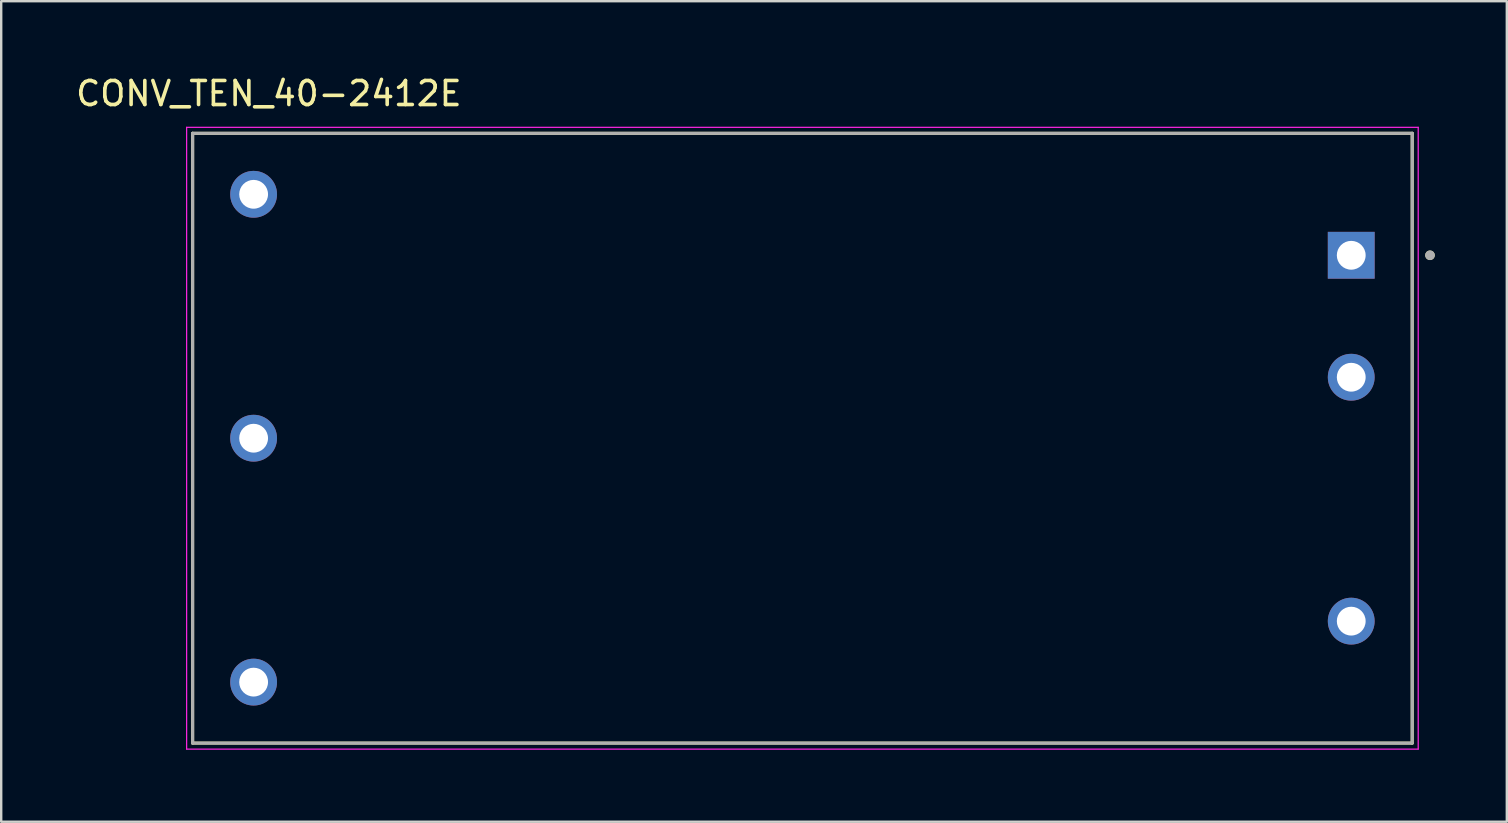
<source format=kicad_pcb>
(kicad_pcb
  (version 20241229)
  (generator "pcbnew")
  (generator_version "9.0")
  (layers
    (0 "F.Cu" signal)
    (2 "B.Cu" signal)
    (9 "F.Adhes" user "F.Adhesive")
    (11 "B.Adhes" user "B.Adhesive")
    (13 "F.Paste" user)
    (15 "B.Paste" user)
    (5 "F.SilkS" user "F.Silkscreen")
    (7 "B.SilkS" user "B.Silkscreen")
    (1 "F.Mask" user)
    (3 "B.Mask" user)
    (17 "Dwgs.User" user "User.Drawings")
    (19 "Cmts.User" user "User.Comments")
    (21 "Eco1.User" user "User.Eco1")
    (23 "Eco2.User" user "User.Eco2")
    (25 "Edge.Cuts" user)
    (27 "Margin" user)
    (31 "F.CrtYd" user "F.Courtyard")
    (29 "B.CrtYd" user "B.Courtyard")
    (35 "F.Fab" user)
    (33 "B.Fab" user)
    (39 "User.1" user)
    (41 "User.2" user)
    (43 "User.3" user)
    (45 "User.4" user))
  (footprint "CONV_TEN_40-2412E"
    (layer "F.Cu")
    (at 30.374 15.203)
    (property "Reference" "CONV_TEN_40-2412E" (at -22.225 -14.355 0) (layer "F.SilkS") (effects (font (size 1 1) (thickness 0.15))))
    (attr through_hole)
    (fp_line (start -25.4 -12.7) (end 25.4 -12.7) (stroke (width 0.127) (type solid)) (layer "F.SilkS"))
    (fp_line (start -25.4 12.7) (end -25.4 -12.7) (stroke (width 0.127) (type solid)) (layer "F.SilkS"))
    (fp_line (start 25.4 -12.7) (end 25.4 12.7) (stroke (width 0.127) (type solid)) (layer "F.SilkS"))
    (fp_line (start 25.4 12.7) (end -25.4 12.7) (stroke (width 0.127) (type solid)) (layer "F.SilkS"))
    (fp_circle (center 26.141 -7.62) (end 26.241 -7.62) (stroke (width 0.2) (type solid)) (fill no) (layer "F.SilkS"))
    (fp_line (start -25.65 -12.95) (end -25.65 12.95) (stroke (width 0.05) (type solid)) (layer "F.CrtYd"))
    (fp_line (start -25.65 12.95) (end 25.65 12.95) (stroke (width 0.05) (type solid)) (layer "F.CrtYd"))
    (fp_line (start 25.65 -12.95) (end -25.65 -12.95) (stroke (width 0.05) (type solid)) (layer "F.CrtYd"))
    (fp_line (start 25.65 12.95) (end 25.65 -12.95) (stroke (width 0.05) (type solid)) (layer "F.CrtYd"))
    (fp_line (start -25.4 -12.7) (end 25.4 -12.7) (stroke (width 0.127) (type solid)) (layer "F.Fab"))
    (fp_line (start -25.4 12.7) (end -25.4 -12.7) (stroke (width 0.127) (type solid)) (layer "F.Fab"))
    (fp_line (start 25.4 -12.7) (end 25.4 12.7) (stroke (width 0.127) (type solid)) (layer "F.Fab"))
    (fp_line (start 25.4 12.7) (end -25.4 12.7) (stroke (width 0.127) (type solid)) (layer "F.Fab"))
    (fp_circle (center 26.141 -7.62) (end 26.241 -7.62) (stroke (width 0.2) (type solid)) (fill no) (layer "F.Fab"))
    (pad "1" thru_hole rect (at 22.86 -7.62) (size 1.95 1.95) (drill 1.2) (layers "*.Cu" "*.Mask"))
    (pad "2" thru_hole circle (at 22.86 -2.54) (size 1.95 1.95) (drill 1.2) (layers "*.Cu" "*.Mask"))
    (pad "3" thru_hole circle (at 22.86 7.62) (size 1.95 1.95) (drill 1.2) (layers "*.Cu" "*.Mask"))
    (pad "4" thru_hole circle (at -22.86 -10.16) (size 1.95 1.95) (drill 1.2) (layers "*.Cu" "*.Mask"))
    (pad "5" thru_hole circle (at -22.86 0) (size 1.95 1.95) (drill 1.2) (layers "*.Cu" "*.Mask"))
    (pad "6" thru_hole circle (at -22.86 10.16) (size 1.95 1.95) (drill 1.2) (layers "*.Cu" "*.Mask")))
  (gr_rect
    (start -3 -3)
    (end 59.715 31.178)
    (stroke (width 0.1) (type default))
    (fill no)
    (layer "Edge.Cuts")))
</source>
